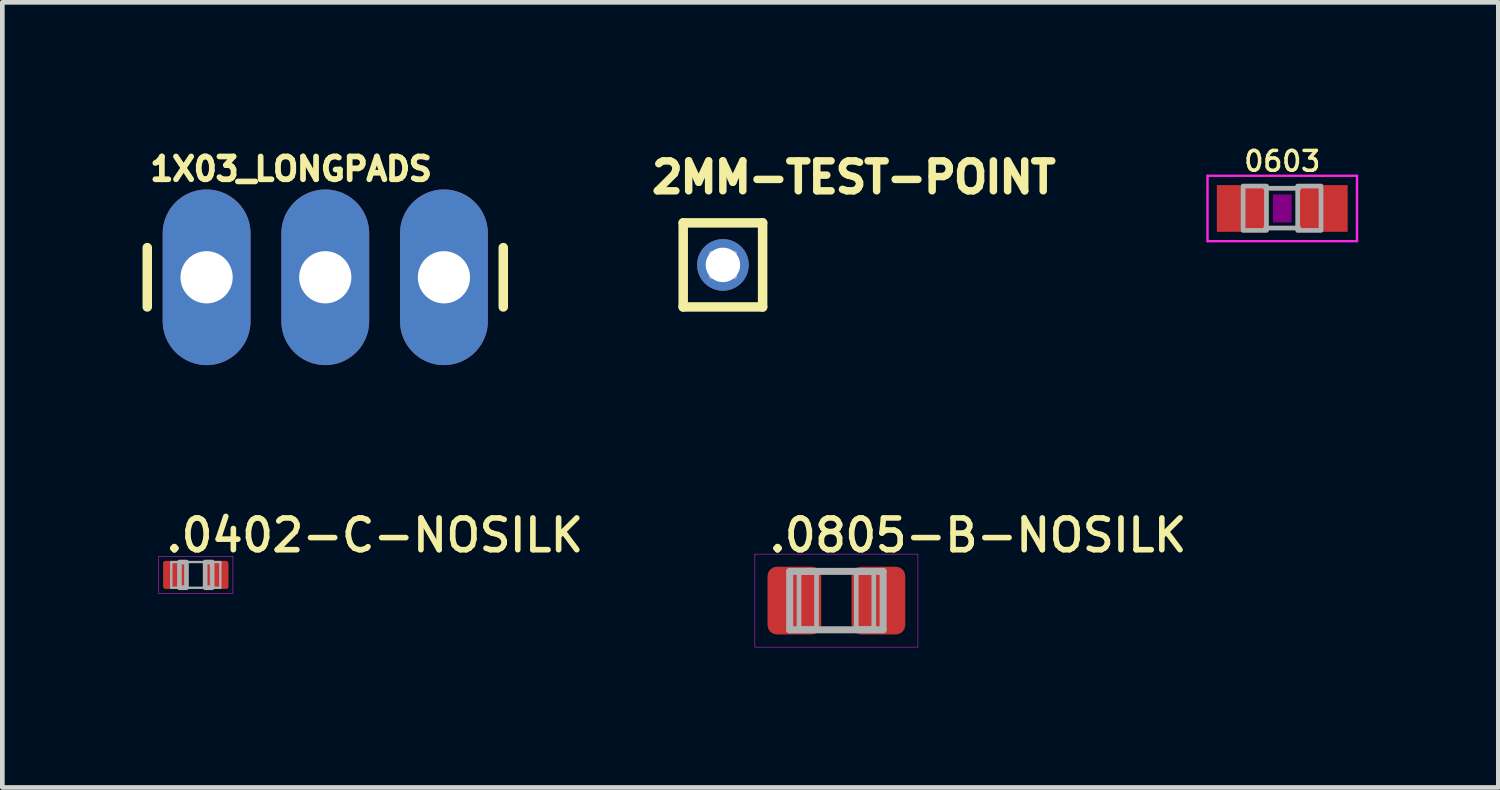
<source format=kicad_pcb>
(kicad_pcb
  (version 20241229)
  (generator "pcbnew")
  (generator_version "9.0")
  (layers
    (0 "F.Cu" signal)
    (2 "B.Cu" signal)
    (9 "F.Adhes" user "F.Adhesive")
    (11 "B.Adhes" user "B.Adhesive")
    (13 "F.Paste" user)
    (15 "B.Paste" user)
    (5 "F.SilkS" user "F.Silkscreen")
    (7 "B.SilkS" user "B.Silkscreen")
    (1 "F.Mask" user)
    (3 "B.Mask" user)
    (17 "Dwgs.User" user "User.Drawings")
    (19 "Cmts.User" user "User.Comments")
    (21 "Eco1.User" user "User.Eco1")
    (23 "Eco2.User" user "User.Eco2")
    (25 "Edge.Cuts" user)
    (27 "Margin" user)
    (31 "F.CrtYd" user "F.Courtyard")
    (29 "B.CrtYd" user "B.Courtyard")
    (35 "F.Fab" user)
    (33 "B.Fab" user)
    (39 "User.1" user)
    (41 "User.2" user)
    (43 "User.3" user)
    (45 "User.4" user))
  (footprint ".0402-C-NOSILK"
    (layer "F.Cu")
    (at 1.141 9.255)
    (property "Reference" ".0402-C-NOSILK" (at -0.7 -0.45 0) (unlocked yes) (layer "F.SilkS") (effects (font (size 0.68 0.68) (thickness 0.12)) (justify left bottom)))
    (fp_line (start -0.525 -0.275) (end 0.525 -0.275) (stroke (width 0.05) (type solid)) (layer "F.Mask"))
    (fp_line (start -0.525 0.275) (end -0.525 -0.275) (stroke (width 0.05) (type solid)) (layer "F.Mask"))
    (fp_line (start 0.525 -0.275) (end 0.525 0.275) (stroke (width 0.05) (type solid)) (layer "F.Mask"))
    (fp_line (start 0.525 0.275) (end -0.525 0.275) (stroke (width 0.05) (type solid)) (layer "F.Mask"))
    (fp_poly (pts (xy -0.76 0.36) (xy -0.14 0.36) (xy -0.14 -0.36) (xy -0.76 -0.36)) (stroke (width 0) (type default)) (fill yes) (layer "F.Mask"))
    (fp_poly (pts (xy 0.14 0.36) (xy 0.76 0.36) (xy 0.76 -0.36) (xy 0.14 -0.36)) (stroke (width 0) (type default)) (fill yes) (layer "F.Mask"))
    (fp_line (start -0.795 -0.395) (end -0.795 0.395) (stroke (width 0.01) (type solid)) (layer "F.CrtYd"))
    (fp_line (start -0.795 0.395) (end 0.795 0.395) (stroke (width 0.01) (type solid)) (layer "F.CrtYd"))
    (fp_line (start 0.795 -0.395) (end -0.795 -0.395) (stroke (width 0.01) (type solid)) (layer "F.CrtYd"))
    (fp_line (start 0.795 0.395) (end 0.795 -0.395) (stroke (width 0.01) (type solid)) (layer "F.CrtYd"))
    (fp_line (start -0.525 -0.275) (end 0.525 -0.275) (stroke (width 0.05) (type solid)) (layer "F.Fab"))
    (fp_line (start -0.525 0.275) (end -0.525 -0.275) (stroke (width 0.05) (type solid)) (layer "F.Fab"))
    (fp_line (start 0.525 -0.275) (end 0.525 0.275) (stroke (width 0.05) (type solid)) (layer "F.Fab"))
    (fp_line (start 0.525 0.275) (end -0.525 0.275) (stroke (width 0.05) (type solid)) (layer "F.Fab"))
    (fp_poly (pts (xy -0.35 0.275) (xy -0.2 0.275) (xy -0.2 -0.275) (xy -0.35 -0.275)) (stroke (width 0.1) (type default)) (fill no) (layer "F.Fab"))
    (fp_poly (pts (xy 0.2 0.275) (xy 0.35 0.275) (xy 0.35 -0.275) (xy 0.2 -0.275)) (stroke (width 0.1) (type default)) (fill no) (layer "F.Fab"))
    (fp_text user "${REFERENCE}" (at 0 0 0) (unlocked yes) (layer "F.Mask") (effects (font (size 0.17 0.17) (thickness 0.03))))
    (pad "1" smd roundrect (at -0.45 0) (size 0.5 0.6) (layers "F.Cu" "F.Paste") (roundrect_rratio 0.1))
    (pad "2" smd roundrect (at 0.45 0) (size 0.5 0.6) (layers "F.Cu" "F.Paste") (roundrect_rratio 0.1)))
  (footprint ".0805-B-NOSILK"
    (layer "F.Cu")
    (at 14.852 9.805)
    (property "Reference" ".0805-B-NOSILK" (at -1.5 -1 0) (unlocked yes) (layer "F.SilkS") (effects (font (size 0.68 0.68) (thickness 0.12)) (justify left bottom)))
    (fp_line (start -1 -0.625) (end 1 -0.625) (stroke (width 0.15) (type solid)) (layer "F.Mask"))
    (fp_line (start -1 0.625) (end -1 -0.625) (stroke (width 0.15) (type solid)) (layer "F.Mask"))
    (fp_line (start 1 -0.625) (end 1 0.625) (stroke (width 0.15) (type solid)) (layer "F.Mask"))
    (fp_line (start 1 0.625) (end -1 0.625) (stroke (width 0.15) (type solid)) (layer "F.Mask"))
    (fp_poly (pts (xy -0.26 0.79) (xy -1.54 0.79) (xy -1.54 -0.79) (xy -0.26 -0.79)) (stroke (width 0) (type default)) (fill yes) (layer "F.Mask"))
    (fp_poly (pts (xy 1.54 0.79) (xy 0.26 0.79) (xy 0.26 -0.79) (xy 1.54 -0.79)) (stroke (width 0) (type default)) (fill yes) (layer "F.Mask"))
    (fp_line (start -1.745 -0.995) (end -1.745 0.995) (stroke (width 0.01) (type solid)) (layer "F.CrtYd"))
    (fp_line (start -1.745 0.995) (end 1.745 0.995) (stroke (width 0.01) (type solid)) (layer "F.CrtYd"))
    (fp_line (start 1.745 -0.995) (end -1.745 -0.995) (stroke (width 0.01) (type solid)) (layer "F.CrtYd"))
    (fp_line (start 1.745 0.995) (end 1.745 -0.995) (stroke (width 0.01) (type solid)) (layer "F.CrtYd"))
    (fp_line (start -1 -0.625) (end 1 -0.625) (stroke (width 0.15) (type solid)) (layer "F.Fab"))
    (fp_line (start -1 0.625) (end -1 -0.625) (stroke (width 0.15) (type solid)) (layer "F.Fab"))
    (fp_line (start 1 -0.625) (end 1 0.625) (stroke (width 0.15) (type solid)) (layer "F.Fab"))
    (fp_line (start 1 0.625) (end -1 0.625) (stroke (width 0.15) (type solid)) (layer "F.Fab"))
    (fp_poly (pts (xy -0.8 0.6) (xy -0.425 0.6) (xy -0.425 -0.6) (xy -0.8 -0.6)) (stroke (width 0.1) (type default)) (fill no) (layer "F.Fab"))
    (fp_poly (pts (xy 0.425 0.6) (xy 0.8 0.6) (xy 0.8 -0.6) (xy 0.425 -0.6)) (stroke (width 0.1) (type default)) (fill no) (layer "F.Fab"))
    (fp_text user "${REFERENCE}" (at 0 0 0) (unlocked yes) (layer "F.Mask") (effects (font (size 0.34 0.34) (thickness 0.06))))
    (pad "1" smd roundrect (at -0.9 0) (size 1.15 1.45) (layers "F.Cu" "F.Paste") (roundrect_rratio 0.175))
    (pad "2" smd roundrect (at 0.9 0) (size 1.15 1.45) (layers "F.Cu" "F.Paste") (roundrect_rratio 0.175)))
  (footprint "2MM-TEST-POINT"
    (layer "F.Cu")
    (at 12.423 2.62)
    (property "Reference" "2MM-TEST-POINT" (at -1.6 -1.5 0) (unlocked yes) (layer "F.SilkS") (effects (font (size 0.64 0.64) (thickness 0.16)) (justify left bottom)))
    (fp_line (start -0.85 -0.9) (end -0.85 0.9) (stroke (width 0.203) (type solid)) (layer "F.SilkS"))
    (fp_line (start -0.85 0.9) (end 0.85 0.9) (stroke (width 0.203) (type solid)) (layer "F.SilkS"))
    (fp_line (start 0.85 -0.9) (end -0.85 -0.9) (stroke (width 0.203) (type solid)) (layer "F.SilkS"))
    (fp_line (start 0.85 0.9) (end 0.85 -0.9) (stroke (width 0.203) (type solid)) (layer "F.SilkS"))
    (fp_poly (pts (xy -0.25 0.25) (xy 0.25 0.25) (xy 0.25 -0.25) (xy -0.25 -0.25)) (stroke (width 0.1) (type default)) (fill no) (layer "F.Fab"))
    (pad "1" thru_hole circle (at 0 0) (size 1.105 1.105) (drill 0.737) (layers "*.Cu" "*.Mask")))
  (footprint "1X03_LONGPADS"
    (layer "F.Cu")
    (at 1.372 2.885)
    (property "Reference" "1X03_LONGPADS" (at -1.27 -2.032 0) (unlocked yes) (layer "F.SilkS") (effects (font (size 0.488 0.488) (thickness 0.122)) (justify left bottom)))
    (fp_line (start -1.27 -0.635) (end -1.27 0.635) (stroke (width 0.203) (type solid)) (layer "F.SilkS"))
    (fp_line (start 6.35 -0.635) (end 6.35 0.635) (stroke (width 0.203) (type solid)) (layer "F.SilkS"))
    (fp_poly (pts (xy -0.254 0.254) (xy 0.254 0.254) (xy 0.254 -0.254) (xy -0.254 -0.254)) (stroke (width 0.1) (type default)) (fill no) (layer "F.Fab"))
    (fp_poly (pts (xy 2.286 0.254) (xy 2.794 0.254) (xy 2.794 -0.254) (xy 2.286 -0.254)) (stroke (width 0.1) (type default)) (fill no) (layer "F.Fab"))
    (fp_poly (pts (xy 4.826 0.254) (xy 5.334 0.254) (xy 5.334 -0.254) (xy 4.826 -0.254)) (stroke (width 0.1) (type default)) (fill no) (layer "F.Fab"))
    (pad "1" thru_hole oval (at 0 0 90) (size 3.759 1.88) (drill 1.118) (layers "*.Cu" "*.Mask"))
    (pad "2" thru_hole oval (at 2.54 0 90) (size 3.759 1.88) (drill 1.118) (layers "*.Cu" "*.Mask"))
    (pad "3" thru_hole oval (at 5.08 0 90) (size 3.759 1.88) (drill 1.118) (layers "*.Cu" "*.Mask")))
  (footprint "0603"
    (layer "F.Cu")
    (at 24.395 1.412)
    (property "Reference" "0603" (at 0 -0.762 0) (unlocked yes) (layer "F.SilkS") (effects (font (size 0.425 0.425) (thickness 0.075)) (justify bottom)))
    (fp_poly (pts (xy -0.2 0.3) (xy 0.2 0.3) (xy 0.2 -0.3) (xy -0.2 -0.3)) (stroke (width 0) (type default)) (fill yes) (layer "F.Adhes"))
    (fp_line (start -1.6 -0.7) (end 1.6 -0.7) (stroke (width 0.051) (type solid)) (layer "F.CrtYd"))
    (fp_line (start -1.6 0.7) (end -1.6 -0.7) (stroke (width 0.051) (type solid)) (layer "F.CrtYd"))
    (fp_line (start 1.6 -0.7) (end 1.6 0.7) (stroke (width 0.051) (type solid)) (layer "F.CrtYd"))
    (fp_line (start 1.6 0.7) (end -1.6 0.7) (stroke (width 0.051) (type solid)) (layer "F.CrtYd"))
    (fp_line (start -0.356 -0.432) (end 0.356 -0.432) (stroke (width 0.102) (type solid)) (layer "F.Fab"))
    (fp_line (start -0.356 0.419) (end 0.356 0.419) (stroke (width 0.102) (type solid)) (layer "F.Fab"))
    (fp_poly (pts (xy -0.838 0.47) (xy -0.338 0.47) (xy -0.338 -0.48) (xy -0.838 -0.48)) (stroke (width 0.1) (type default)) (fill no) (layer "F.Fab"))
    (fp_poly (pts (xy 0.33 0.47) (xy 0.83 0.47) (xy 0.83 -0.48) (xy 0.33 -0.48)) (stroke (width 0.1) (type default)) (fill no) (layer "F.Fab"))
    (pad "1" smd rect (at -0.85 0) (size 1.1 1) (layers "F.Cu" "F.Mask" "F.Paste"))
    (pad "2" smd rect (at 0.85 0) (size 1.1 1) (layers "F.Cu" "F.Mask" "F.Paste")))
  (gr_rect
    (start -3 -3)
    (end 29.02 13.805)
    (stroke (width 0.1) (type default))
    (fill no)
    (layer "Edge.Cuts")))
</source>
